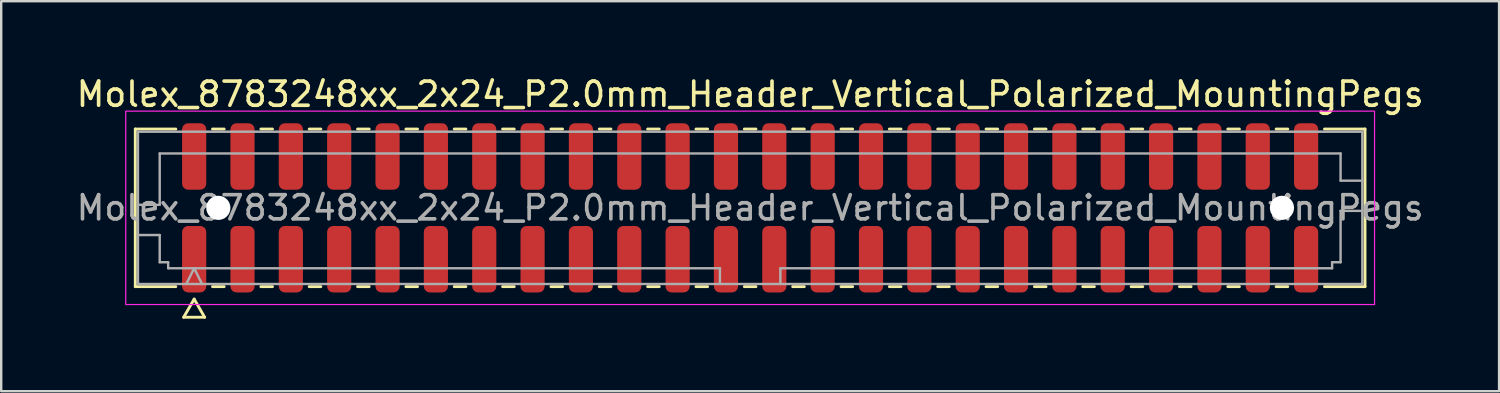
<source format=kicad_pcb>
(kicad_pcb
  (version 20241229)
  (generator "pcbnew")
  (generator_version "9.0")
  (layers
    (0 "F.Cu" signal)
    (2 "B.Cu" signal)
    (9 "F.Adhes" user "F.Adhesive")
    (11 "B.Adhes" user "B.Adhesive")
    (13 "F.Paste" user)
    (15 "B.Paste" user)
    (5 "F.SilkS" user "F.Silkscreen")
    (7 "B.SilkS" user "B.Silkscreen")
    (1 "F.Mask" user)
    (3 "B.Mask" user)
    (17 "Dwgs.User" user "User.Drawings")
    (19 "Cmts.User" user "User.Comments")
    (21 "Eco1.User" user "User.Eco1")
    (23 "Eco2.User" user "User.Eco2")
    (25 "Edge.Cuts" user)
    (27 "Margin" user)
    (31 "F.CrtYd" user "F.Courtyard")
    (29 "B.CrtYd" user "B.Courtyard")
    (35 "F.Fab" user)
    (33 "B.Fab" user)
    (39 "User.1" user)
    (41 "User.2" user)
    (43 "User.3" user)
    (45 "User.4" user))
  (footprint "Molex_8783248xx_2x24_P2.0mm_Header_Vertical_Polarized_MountingPegs"
    (layer "F.Cu")
    (at 27.982 5.548)
    (property "Reference" "Molex_8783248xx_2x24_P2.0mm_Header_Vertical_Polarized_MountingPegs" (at 0 -4.7 0) (layer "F.SilkS") (effects (font (size 1 1) (thickness 0.15))))
    (attr smd)
    (fp_line (start -25.435 -3.26) (end -23.76 -3.26) (stroke (width 0.12) (type solid)) (layer "F.SilkS"))
    (fp_line (start -25.435 3.26) (end -25.435 -3.26) (stroke (width 0.12) (type solid)) (layer "F.SilkS"))
    (fp_line (start -23.76 3.26) (end -25.435 3.26) (stroke (width 0.12) (type solid)) (layer "F.SilkS"))
    (fp_line (start -23.433 4.525) (end -23 3.775) (stroke (width 0.12) (type solid)) (layer "F.SilkS"))
    (fp_line (start -23 3.775) (end -22.567 4.525) (stroke (width 0.12) (type solid)) (layer "F.SilkS"))
    (fp_line (start -22.567 4.525) (end -23.433 4.525) (stroke (width 0.12) (type solid)) (layer "F.SilkS"))
    (fp_line (start -22.24 -3.26) (end -21.76 -3.26) (stroke (width 0.12) (type solid)) (layer "F.SilkS"))
    (fp_line (start -21.76 3.26) (end -22.24 3.26) (stroke (width 0.12) (type solid)) (layer "F.SilkS"))
    (fp_line (start -20.24 -3.26) (end -19.76 -3.26) (stroke (width 0.12) (type solid)) (layer "F.SilkS"))
    (fp_line (start -19.76 3.26) (end -20.24 3.26) (stroke (width 0.12) (type solid)) (layer "F.SilkS"))
    (fp_line (start -18.24 -3.26) (end -17.76 -3.26) (stroke (width 0.12) (type solid)) (layer "F.SilkS"))
    (fp_line (start -17.76 3.26) (end -18.24 3.26) (stroke (width 0.12) (type solid)) (layer "F.SilkS"))
    (fp_line (start -16.24 -3.26) (end -15.76 -3.26) (stroke (width 0.12) (type solid)) (layer "F.SilkS"))
    (fp_line (start -15.76 3.26) (end -16.24 3.26) (stroke (width 0.12) (type solid)) (layer "F.SilkS"))
    (fp_line (start -14.24 -3.26) (end -13.76 -3.26) (stroke (width 0.12) (type solid)) (layer "F.SilkS"))
    (fp_line (start -13.76 3.26) (end -14.24 3.26) (stroke (width 0.12) (type solid)) (layer "F.SilkS"))
    (fp_line (start -12.24 -3.26) (end -11.76 -3.26) (stroke (width 0.12) (type solid)) (layer "F.SilkS"))
    (fp_line (start -11.76 3.26) (end -12.24 3.26) (stroke (width 0.12) (type solid)) (layer "F.SilkS"))
    (fp_line (start -10.24 -3.26) (end -9.76 -3.26) (stroke (width 0.12) (type solid)) (layer "F.SilkS"))
    (fp_line (start -9.76 3.26) (end -10.24 3.26) (stroke (width 0.12) (type solid)) (layer "F.SilkS"))
    (fp_line (start -8.24 -3.26) (end -7.76 -3.26) (stroke (width 0.12) (type solid)) (layer "F.SilkS"))
    (fp_line (start -7.76 3.26) (end -8.24 3.26) (stroke (width 0.12) (type solid)) (layer "F.SilkS"))
    (fp_line (start -6.24 -3.26) (end -5.76 -3.26) (stroke (width 0.12) (type solid)) (layer "F.SilkS"))
    (fp_line (start -5.76 3.26) (end -6.24 3.26) (stroke (width 0.12) (type solid)) (layer "F.SilkS"))
    (fp_line (start -4.24 -3.26) (end -3.76 -3.26) (stroke (width 0.12) (type solid)) (layer "F.SilkS"))
    (fp_line (start -3.76 3.26) (end -4.24 3.26) (stroke (width 0.12) (type solid)) (layer "F.SilkS"))
    (fp_line (start -2.24 -3.26) (end -1.76 -3.26) (stroke (width 0.12) (type solid)) (layer "F.SilkS"))
    (fp_line (start -1.76 3.26) (end -2.24 3.26) (stroke (width 0.12) (type solid)) (layer "F.SilkS"))
    (fp_line (start -0.24 -3.26) (end 0.24 -3.26) (stroke (width 0.12) (type solid)) (layer "F.SilkS"))
    (fp_line (start 0.24 3.26) (end -0.24 3.26) (stroke (width 0.12) (type solid)) (layer "F.SilkS"))
    (fp_line (start 1.76 -3.26) (end 2.24 -3.26) (stroke (width 0.12) (type solid)) (layer "F.SilkS"))
    (fp_line (start 2.24 3.26) (end 1.76 3.26) (stroke (width 0.12) (type solid)) (layer "F.SilkS"))
    (fp_line (start 3.76 -3.26) (end 4.24 -3.26) (stroke (width 0.12) (type solid)) (layer "F.SilkS"))
    (fp_line (start 4.24 3.26) (end 3.76 3.26) (stroke (width 0.12) (type solid)) (layer "F.SilkS"))
    (fp_line (start 5.76 -3.26) (end 6.24 -3.26) (stroke (width 0.12) (type solid)) (layer "F.SilkS"))
    (fp_line (start 6.24 3.26) (end 5.76 3.26) (stroke (width 0.12) (type solid)) (layer "F.SilkS"))
    (fp_line (start 7.76 -3.26) (end 8.24 -3.26) (stroke (width 0.12) (type solid)) (layer "F.SilkS"))
    (fp_line (start 8.24 3.26) (end 7.76 3.26) (stroke (width 0.12) (type solid)) (layer "F.SilkS"))
    (fp_line (start 9.76 -3.26) (end 10.24 -3.26) (stroke (width 0.12) (type solid)) (layer "F.SilkS"))
    (fp_line (start 10.24 3.26) (end 9.76 3.26) (stroke (width 0.12) (type solid)) (layer "F.SilkS"))
    (fp_line (start 11.76 -3.26) (end 12.24 -3.26) (stroke (width 0.12) (type solid)) (layer "F.SilkS"))
    (fp_line (start 12.24 3.26) (end 11.76 3.26) (stroke (width 0.12) (type solid)) (layer "F.SilkS"))
    (fp_line (start 13.76 -3.26) (end 14.24 -3.26) (stroke (width 0.12) (type solid)) (layer "F.SilkS"))
    (fp_line (start 14.24 3.26) (end 13.76 3.26) (stroke (width 0.12) (type solid)) (layer "F.SilkS"))
    (fp_line (start 15.76 -3.26) (end 16.24 -3.26) (stroke (width 0.12) (type solid)) (layer "F.SilkS"))
    (fp_line (start 16.24 3.26) (end 15.76 3.26) (stroke (width 0.12) (type solid)) (layer "F.SilkS"))
    (fp_line (start 17.76 -3.26) (end 18.24 -3.26) (stroke (width 0.12) (type solid)) (layer "F.SilkS"))
    (fp_line (start 18.24 3.26) (end 17.76 3.26) (stroke (width 0.12) (type solid)) (layer "F.SilkS"))
    (fp_line (start 19.76 -3.26) (end 20.24 -3.26) (stroke (width 0.12) (type solid)) (layer "F.SilkS"))
    (fp_line (start 20.24 3.26) (end 19.76 3.26) (stroke (width 0.12) (type solid)) (layer "F.SilkS"))
    (fp_line (start 21.76 -3.26) (end 22.24 -3.26) (stroke (width 0.12) (type solid)) (layer "F.SilkS"))
    (fp_line (start 22.24 3.26) (end 21.76 3.26) (stroke (width 0.12) (type solid)) (layer "F.SilkS"))
    (fp_line (start 23.76 -3.26) (end 25.435 -3.26) (stroke (width 0.12) (type solid)) (layer "F.SilkS"))
    (fp_line (start 25.435 -3.26) (end 25.435 3.26) (stroke (width 0.12) (type solid)) (layer "F.SilkS"))
    (fp_line (start 25.435 3.26) (end 23.76 3.26) (stroke (width 0.12) (type solid)) (layer "F.SilkS"))
    (fp_rect (start -25.83 -4) (end 25.83 4) (stroke (width 0.05) (type solid)) (fill no) (layer "F.CrtYd"))
    (fp_line (start -25.325 -3.15) (end 25.325 -3.15) (stroke (width 0.1) (type solid)) (layer "F.Fab"))
    (fp_line (start -25.325 -0.125) (end -24.425 -0.125) (stroke (width 0.1) (type solid)) (layer "F.Fab"))
    (fp_line (start -25.325 1.125) (end -24.425 1.125) (stroke (width 0.1) (type solid)) (layer "F.Fab"))
    (fp_line (start -25.325 3.15) (end -25.325 -3.15) (stroke (width 0.1) (type solid)) (layer "F.Fab"))
    (fp_line (start -24.425 -2.25) (end 24.425 -2.25) (stroke (width 0.1) (type solid)) (layer "F.Fab"))
    (fp_line (start -24.425 -0.125) (end -24.425 -2.25) (stroke (width 0.1) (type solid)) (layer "F.Fab"))
    (fp_line (start -24.425 1.125) (end -24.425 2.25) (stroke (width 0.1) (type solid)) (layer "F.Fab"))
    (fp_line (start -24.425 2.25) (end -24.075 2.25) (stroke (width 0.1) (type solid)) (layer "F.Fab"))
    (fp_line (start -24.075 2.25) (end -24.075 2.5) (stroke (width 0.1) (type solid)) (layer "F.Fab"))
    (fp_line (start -24.075 2.5) (end -1.25 2.5) (stroke (width 0.1) (type solid)) (layer "F.Fab"))
    (fp_line (start -23.325 3.15) (end -23 2.5) (stroke (width 0.1) (type solid)) (layer "F.Fab"))
    (fp_line (start -23 2.5) (end -22.675 3.15) (stroke (width 0.1) (type solid)) (layer "F.Fab"))
    (fp_line (start -1.25 2.5) (end -1.25 3.15) (stroke (width 0.1) (type solid)) (layer "F.Fab"))
    (fp_line (start 1.25 2.5) (end 1.25 3.15) (stroke (width 0.1) (type solid)) (layer "F.Fab"))
    (fp_line (start 1.25 2.5) (end 24.075 2.5) (stroke (width 0.1) (type solid)) (layer "F.Fab"))
    (fp_line (start 24.075 2.25) (end 24.425 2.25) (stroke (width 0.1) (type solid)) (layer "F.Fab"))
    (fp_line (start 24.075 2.5) (end 24.075 2.25) (stroke (width 0.1) (type solid)) (layer "F.Fab"))
    (fp_line (start 24.425 -2.25) (end 24.425 -1.125) (stroke (width 0.1) (type solid)) (layer "F.Fab"))
    (fp_line (start 24.425 -1.125) (end 25.325 -1.125) (stroke (width 0.1) (type solid)) (layer "F.Fab"))
    (fp_line (start 24.425 0.125) (end 25.325 0.125) (stroke (width 0.1) (type solid)) (layer "F.Fab"))
    (fp_line (start 24.425 2.25) (end 24.425 0.125) (stroke (width 0.1) (type solid)) (layer "F.Fab"))
    (fp_line (start 25.325 -3.15) (end 25.325 3.15) (stroke (width 0.1) (type solid)) (layer "F.Fab"))
    (fp_line (start 25.325 3.15) (end -25.325 3.15) (stroke (width 0.1) (type solid)) (layer "F.Fab"))
    (fp_text user "${REFERENCE}" (at 0 0 0) (layer "F.Fab") (effects (font (size 1 1) (thickness 0.15))))
    (pad "" np_thru_hole circle (at -22 0) (size 1 1) (drill 1) (layers "*.Cu" "*.Mask"))
    (pad "" np_thru_hole circle (at 22 0) (size 1 1) (drill 1) (layers "*.Cu" "*.Mask"))
    (pad "1" smd roundrect (at -23 2.125) (size 1 2.75) (layers "F.Cu" "F.Mask" "F.Paste") (roundrect_rratio 0.25))
    (pad "2" smd roundrect (at -23 -2.125) (size 1 2.75) (layers "F.Cu" "F.Mask" "F.Paste") (roundrect_rratio 0.25))
    (pad "3" smd roundrect (at -21 2.125) (size 1 2.75) (layers "F.Cu" "F.Mask" "F.Paste") (roundrect_rratio 0.25))
    (pad "4" smd roundrect (at -21 -2.125) (size 1 2.75) (layers "F.Cu" "F.Mask" "F.Paste") (roundrect_rratio 0.25))
    (pad "5" smd roundrect (at -19 2.125) (size 1 2.75) (layers "F.Cu" "F.Mask" "F.Paste") (roundrect_rratio 0.25))
    (pad "6" smd roundrect (at -19 -2.125) (size 1 2.75) (layers "F.Cu" "F.Mask" "F.Paste") (roundrect_rratio 0.25))
    (pad "7" smd roundrect (at -17 2.125) (size 1 2.75) (layers "F.Cu" "F.Mask" "F.Paste") (roundrect_rratio 0.25))
    (pad "8" smd roundrect (at -17 -2.125) (size 1 2.75) (layers "F.Cu" "F.Mask" "F.Paste") (roundrect_rratio 0.25))
    (pad "9" smd roundrect (at -15 2.125) (size 1 2.75) (layers "F.Cu" "F.Mask" "F.Paste") (roundrect_rratio 0.25))
    (pad "10" smd roundrect (at -15 -2.125) (size 1 2.75) (layers "F.Cu" "F.Mask" "F.Paste") (roundrect_rratio 0.25))
    (pad "11" smd roundrect (at -13 2.125) (size 1 2.75) (layers "F.Cu" "F.Mask" "F.Paste") (roundrect_rratio 0.25))
    (pad "12" smd roundrect (at -13 -2.125) (size 1 2.75) (layers "F.Cu" "F.Mask" "F.Paste") (roundrect_rratio 0.25))
    (pad "13" smd roundrect (at -11 2.125) (size 1 2.75) (layers "F.Cu" "F.Mask" "F.Paste") (roundrect_rratio 0.25))
    (pad "14" smd roundrect (at -11 -2.125) (size 1 2.75) (layers "F.Cu" "F.Mask" "F.Paste") (roundrect_rratio 0.25))
    (pad "15" smd roundrect (at -9 2.125) (size 1 2.75) (layers "F.Cu" "F.Mask" "F.Paste") (roundrect_rratio 0.25))
    (pad "16" smd roundrect (at -9 -2.125) (size 1 2.75) (layers "F.Cu" "F.Mask" "F.Paste") (roundrect_rratio 0.25))
    (pad "17" smd roundrect (at -7 2.125) (size 1 2.75) (layers "F.Cu" "F.Mask" "F.Paste") (roundrect_rratio 0.25))
    (pad "18" smd roundrect (at -7 -2.125) (size 1 2.75) (layers "F.Cu" "F.Mask" "F.Paste") (roundrect_rratio 0.25))
    (pad "19" smd roundrect (at -5 2.125) (size 1 2.75) (layers "F.Cu" "F.Mask" "F.Paste") (roundrect_rratio 0.25))
    (pad "20" smd roundrect (at -5 -2.125) (size 1 2.75) (layers "F.Cu" "F.Mask" "F.Paste") (roundrect_rratio 0.25))
    (pad "21" smd roundrect (at -3 2.125) (size 1 2.75) (layers "F.Cu" "F.Mask" "F.Paste") (roundrect_rratio 0.25))
    (pad "22" smd roundrect (at -3 -2.125) (size 1 2.75) (layers "F.Cu" "F.Mask" "F.Paste") (roundrect_rratio 0.25))
    (pad "23" smd roundrect (at -1 2.125) (size 1 2.75) (layers "F.Cu" "F.Mask" "F.Paste") (roundrect_rratio 0.25))
    (pad "24" smd roundrect (at -1 -2.125) (size 1 2.75) (layers "F.Cu" "F.Mask" "F.Paste") (roundrect_rratio 0.25))
    (pad "25" smd roundrect (at 1 2.125) (size 1 2.75) (layers "F.Cu" "F.Mask" "F.Paste") (roundrect_rratio 0.25))
    (pad "26" smd roundrect (at 1 -2.125) (size 1 2.75) (layers "F.Cu" "F.Mask" "F.Paste") (roundrect_rratio 0.25))
    (pad "27" smd roundrect (at 3 2.125) (size 1 2.75) (layers "F.Cu" "F.Mask" "F.Paste") (roundrect_rratio 0.25))
    (pad "28" smd roundrect (at 3 -2.125) (size 1 2.75) (layers "F.Cu" "F.Mask" "F.Paste") (roundrect_rratio 0.25))
    (pad "29" smd roundrect (at 5 2.125) (size 1 2.75) (layers "F.Cu" "F.Mask" "F.Paste") (roundrect_rratio 0.25))
    (pad "30" smd roundrect (at 5 -2.125) (size 1 2.75) (layers "F.Cu" "F.Mask" "F.Paste") (roundrect_rratio 0.25))
    (pad "31" smd roundrect (at 7 2.125) (size 1 2.75) (layers "F.Cu" "F.Mask" "F.Paste") (roundrect_rratio 0.25))
    (pad "32" smd roundrect (at 7 -2.125) (size 1 2.75) (layers "F.Cu" "F.Mask" "F.Paste") (roundrect_rratio 0.25))
    (pad "33" smd roundrect (at 9 2.125) (size 1 2.75) (layers "F.Cu" "F.Mask" "F.Paste") (roundrect_rratio 0.25))
    (pad "34" smd roundrect (at 9 -2.125) (size 1 2.75) (layers "F.Cu" "F.Mask" "F.Paste") (roundrect_rratio 0.25))
    (pad "35" smd roundrect (at 11 2.125) (size 1 2.75) (layers "F.Cu" "F.Mask" "F.Paste") (roundrect_rratio 0.25))
    (pad "36" smd roundrect (at 11 -2.125) (size 1 2.75) (layers "F.Cu" "F.Mask" "F.Paste") (roundrect_rratio 0.25))
    (pad "37" smd roundrect (at 13 2.125) (size 1 2.75) (layers "F.Cu" "F.Mask" "F.Paste") (roundrect_rratio 0.25))
    (pad "38" smd roundrect (at 13 -2.125) (size 1 2.75) (layers "F.Cu" "F.Mask" "F.Paste") (roundrect_rratio 0.25))
    (pad "39" smd roundrect (at 15 2.125) (size 1 2.75) (layers "F.Cu" "F.Mask" "F.Paste") (roundrect_rratio 0.25))
    (pad "40" smd roundrect (at 15 -2.125) (size 1 2.75) (layers "F.Cu" "F.Mask" "F.Paste") (roundrect_rratio 0.25))
    (pad "41" smd roundrect (at 17 2.125) (size 1 2.75) (layers "F.Cu" "F.Mask" "F.Paste") (roundrect_rratio 0.25))
    (pad "42" smd roundrect (at 17 -2.125) (size 1 2.75) (layers "F.Cu" "F.Mask" "F.Paste") (roundrect_rratio 0.25))
    (pad "43" smd roundrect (at 19 2.125) (size 1 2.75) (layers "F.Cu" "F.Mask" "F.Paste") (roundrect_rratio 0.25))
    (pad "44" smd roundrect (at 19 -2.125) (size 1 2.75) (layers "F.Cu" "F.Mask" "F.Paste") (roundrect_rratio 0.25))
    (pad "45" smd roundrect (at 21 2.125) (size 1 2.75) (layers "F.Cu" "F.Mask" "F.Paste") (roundrect_rratio 0.25))
    (pad "46" smd roundrect (at 21 -2.125) (size 1 2.75) (layers "F.Cu" "F.Mask" "F.Paste") (roundrect_rratio 0.25))
    (pad "47" smd roundrect (at 23 2.125) (size 1 2.75) (layers "F.Cu" "F.Mask" "F.Paste") (roundrect_rratio 0.25))
    (pad "48" smd roundrect (at 23 -2.125) (size 1 2.75) (layers "F.Cu" "F.Mask" "F.Paste") (roundrect_rratio 0.25)))
  (gr_rect
    (start -3 -3)
    (end 58.964 13.133)
    (stroke (width 0.1) (type default))
    (fill no)
    (layer "Edge.Cuts")))
</source>
